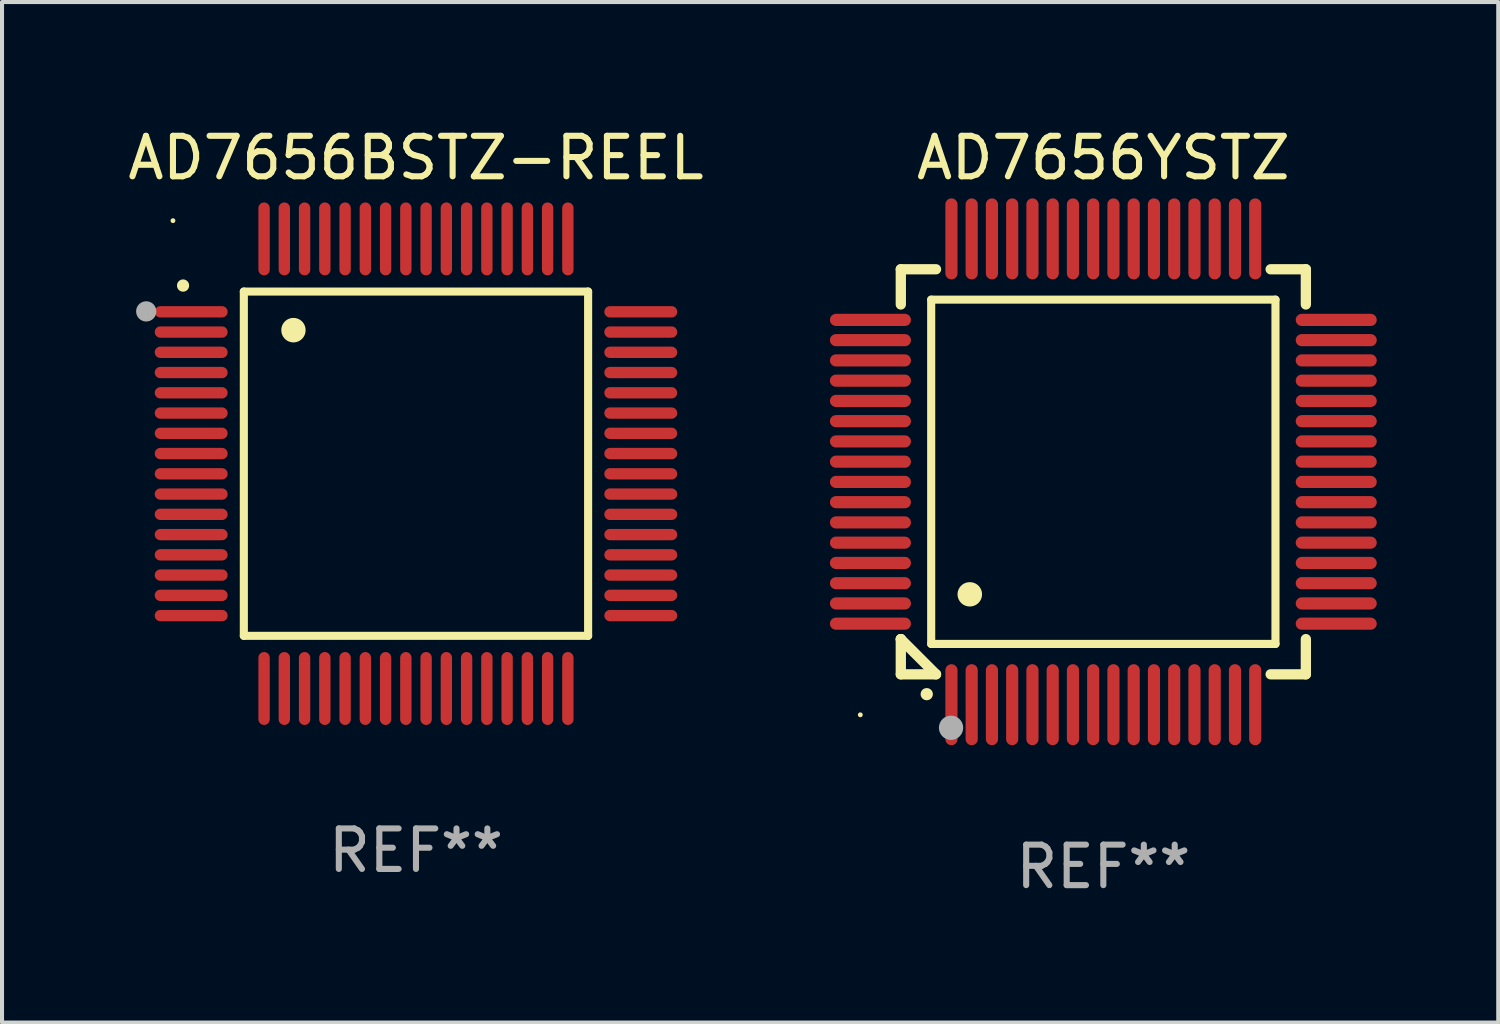
<source format=kicad_pcb>
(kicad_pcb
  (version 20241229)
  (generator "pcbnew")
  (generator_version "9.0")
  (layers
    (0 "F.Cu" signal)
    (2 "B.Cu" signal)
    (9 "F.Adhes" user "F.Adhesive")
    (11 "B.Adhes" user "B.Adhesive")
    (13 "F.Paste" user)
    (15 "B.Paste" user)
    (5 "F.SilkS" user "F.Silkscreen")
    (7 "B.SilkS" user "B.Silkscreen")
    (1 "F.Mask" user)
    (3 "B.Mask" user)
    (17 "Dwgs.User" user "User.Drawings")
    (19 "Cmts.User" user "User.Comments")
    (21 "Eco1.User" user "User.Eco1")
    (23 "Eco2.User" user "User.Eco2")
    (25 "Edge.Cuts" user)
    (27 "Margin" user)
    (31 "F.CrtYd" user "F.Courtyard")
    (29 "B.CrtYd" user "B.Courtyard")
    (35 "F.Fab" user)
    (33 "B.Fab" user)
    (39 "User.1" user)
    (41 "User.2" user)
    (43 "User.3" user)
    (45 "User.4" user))
  (footprint "AD7656YSTZ"
    (layer "F.Cu")
    (at 24.19 8.598)
    (property "Reference" "AD7656YSTZ" (at 0 -7.75 0) (layer "F.SilkS") (effects (font (size 1 1) (thickness 0.15))))
    (attr through_hole)
    (fp_line (start -5 -5) (end -4.131 -5) (stroke (width 0.254) (type solid)) (layer "F.SilkS"))
    (fp_line (start -5 -4.131) (end -5 -5) (stroke (width 0.254) (type solid)) (layer "F.SilkS"))
    (fp_line (start -5 4.131) (end -5 4.131) (stroke (width 0.254) (type solid)) (layer "F.SilkS"))
    (fp_line (start -5 5) (end -5 4.131) (stroke (width 0.254) (type solid)) (layer "F.SilkS"))
    (fp_line (start -5 4.131) (end -4.131 5) (stroke (width 0.254) (type solid)) (layer "F.SilkS"))
    (fp_line (start -4.25 -4.25) (end -4.25 4.25) (stroke (width 0.2) (type solid)) (layer "F.SilkS"))
    (fp_line (start -4.25 4.25) (end 4.25 4.25) (stroke (width 0.2) (type solid)) (layer "F.SilkS"))
    (fp_line (start -4.131 5) (end -5 5) (stroke (width 0.254) (type solid)) (layer "F.SilkS"))
    (fp_line (start 4.25 -4.25) (end -4.25 -4.25) (stroke (width 0.2) (type solid)) (layer "F.SilkS"))
    (fp_line (start 4.25 4.25) (end 4.25 -4.25) (stroke (width 0.2) (type solid)) (layer "F.SilkS"))
    (fp_line (start 5 -5) (end 4.131 -5) (stroke (width 0.254) (type solid)) (layer "F.SilkS"))
    (fp_line (start 5 -5) (end 5 -4.131) (stroke (width 0.254) (type solid)) (layer "F.SilkS"))
    (fp_line (start 5 4.131) (end 5 5) (stroke (width 0.254) (type solid)) (layer "F.SilkS"))
    (fp_line (start 5 5) (end 4.131 5) (stroke (width 0.254) (type solid)) (layer "F.SilkS"))
    (fp_arc (start -4.361265 5.489992) (mid -4.359995 5.489987) (end -4.358725 5.489992) (stroke (width 0.3) (type solid)) (layer "F.SilkS"))
    (fp_arc (start -3.299467 3.025146) (mid -3.296927 3.025135) (end -3.294387 3.025146) (stroke (width 0.6) (type solid)) (layer "F.SilkS"))
    (fp_circle (center -6 6) (end -5.97 6) (stroke (width 0.06) (type solid)) (fill no) (layer "F.SilkS"))
    (fp_circle (center -3.76 6.32) (end -3.61 6.32) (stroke (width 0.3) (type solid)) (fill no) (layer "F.Fab"))
    (fp_text user "REF**" (at 0 9.75 0) (layer "F.Fab") (effects (font (size 1 1) (thickness 0.15))))
    (pad "1" smd oval (at -3.75 5.75) (size 0.3 2) (layers "F.Cu" "F.Mask" "F.Paste"))
    (pad "2" smd oval (at -3.25 5.75) (size 0.3 2) (layers "F.Cu" "F.Mask" "F.Paste"))
    (pad "3" smd oval (at -2.75 5.75) (size 0.3 2) (layers "F.Cu" "F.Mask" "F.Paste"))
    (pad "4" smd oval (at -2.25 5.75) (size 0.3 2) (layers "F.Cu" "F.Mask" "F.Paste"))
    (pad "5" smd oval (at -1.75 5.75) (size 0.3 2) (layers "F.Cu" "F.Mask" "F.Paste"))
    (pad "6" smd oval (at -1.25 5.75) (size 0.3 2) (layers "F.Cu" "F.Mask" "F.Paste"))
    (pad "7" smd oval (at -0.75 5.75) (size 0.3 2) (layers "F.Cu" "F.Mask" "F.Paste"))
    (pad "8" smd oval (at -0.25 5.75) (size 0.3 2) (layers "F.Cu" "F.Mask" "F.Paste"))
    (pad "9" smd oval (at 0.25 5.75) (size 0.3 2) (layers "F.Cu" "F.Mask" "F.Paste"))
    (pad "10" smd oval (at 0.75 5.75) (size 0.3 2) (layers "F.Cu" "F.Mask" "F.Paste"))
    (pad "11" smd oval (at 1.25 5.75) (size 0.3 2) (layers "F.Cu" "F.Mask" "F.Paste"))
    (pad "12" smd oval (at 1.75 5.75) (size 0.3 2) (layers "F.Cu" "F.Mask" "F.Paste"))
    (pad "13" smd oval (at 2.25 5.75) (size 0.3 2) (layers "F.Cu" "F.Mask" "F.Paste"))
    (pad "14" smd oval (at 2.75 5.75) (size 0.3 2) (layers "F.Cu" "F.Mask" "F.Paste"))
    (pad "15" smd oval (at 3.25 5.75) (size 0.3 2) (layers "F.Cu" "F.Mask" "F.Paste"))
    (pad "16" smd oval (at 3.75 5.75) (size 0.3 2) (layers "F.Cu" "F.Mask" "F.Paste"))
    (pad "17" smd oval (at 5.75 3.75) (size 2 0.3) (layers "F.Cu" "F.Mask" "F.Paste"))
    (pad "18" smd oval (at 5.75 3.25) (size 2 0.3) (layers "F.Cu" "F.Mask" "F.Paste"))
    (pad "19" smd oval (at 5.75 2.75) (size 2 0.3) (layers "F.Cu" "F.Mask" "F.Paste"))
    (pad "20" smd oval (at 5.75 2.25) (size 2 0.3) (layers "F.Cu" "F.Mask" "F.Paste"))
    (pad "21" smd oval (at 5.75 1.75) (size 2 0.3) (layers "F.Cu" "F.Mask" "F.Paste"))
    (pad "22" smd oval (at 5.75 1.25) (size 2 0.3) (layers "F.Cu" "F.Mask" "F.Paste"))
    (pad "23" smd oval (at 5.75 0.75) (size 2 0.3) (layers "F.Cu" "F.Mask" "F.Paste"))
    (pad "24" smd oval (at 5.75 0.25) (size 2 0.3) (layers "F.Cu" "F.Mask" "F.Paste"))
    (pad "25" smd oval (at 5.75 -0.25) (size 2 0.3) (layers "F.Cu" "F.Mask" "F.Paste"))
    (pad "26" smd oval (at 5.75 -0.75) (size 2 0.3) (layers "F.Cu" "F.Mask" "F.Paste"))
    (pad "27" smd oval (at 5.75 -1.25) (size 2 0.3) (layers "F.Cu" "F.Mask" "F.Paste"))
    (pad "28" smd oval (at 5.75 -1.75) (size 2 0.3) (layers "F.Cu" "F.Mask" "F.Paste"))
    (pad "29" smd oval (at 5.75 -2.25) (size 2 0.3) (layers "F.Cu" "F.Mask" "F.Paste"))
    (pad "30" smd oval (at 5.75 -2.75) (size 2 0.3) (layers "F.Cu" "F.Mask" "F.Paste"))
    (pad "31" smd oval (at 5.75 -3.25) (size 2 0.3) (layers "F.Cu" "F.Mask" "F.Paste"))
    (pad "32" smd oval (at 5.75 -3.75) (size 2 0.3) (layers "F.Cu" "F.Mask" "F.Paste"))
    (pad "33" smd oval (at 3.75 -5.75) (size 0.3 2) (layers "F.Cu" "F.Mask" "F.Paste"))
    (pad "34" smd oval (at 3.25 -5.75) (size 0.3 2) (layers "F.Cu" "F.Mask" "F.Paste"))
    (pad "35" smd oval (at 2.75 -5.75) (size 0.3 2) (layers "F.Cu" "F.Mask" "F.Paste"))
    (pad "36" smd oval (at 2.25 -5.75) (size 0.3 2) (layers "F.Cu" "F.Mask" "F.Paste"))
    (pad "37" smd oval (at 1.75 -5.75) (size 0.3 2) (layers "F.Cu" "F.Mask" "F.Paste"))
    (pad "38" smd oval (at 1.25 -5.75) (size 0.3 2) (layers "F.Cu" "F.Mask" "F.Paste"))
    (pad "39" smd oval (at 0.75 -5.75) (size 0.3 2) (layers "F.Cu" "F.Mask" "F.Paste"))
    (pad "40" smd oval (at 0.25 -5.75) (size 0.3 2) (layers "F.Cu" "F.Mask" "F.Paste"))
    (pad "41" smd oval (at -0.25 -5.75) (size 0.3 2) (layers "F.Cu" "F.Mask" "F.Paste"))
    (pad "42" smd oval (at -0.75 -5.75) (size 0.3 2) (layers "F.Cu" "F.Mask" "F.Paste"))
    (pad "43" smd oval (at -1.25 -5.75) (size 0.3 2) (layers "F.Cu" "F.Mask" "F.Paste"))
    (pad "44" smd oval (at -1.75 -5.75) (size 0.3 2) (layers "F.Cu" "F.Mask" "F.Paste"))
    (pad "45" smd oval (at -2.25 -5.75) (size 0.3 2) (layers "F.Cu" "F.Mask" "F.Paste"))
    (pad "46" smd oval (at -2.75 -5.75) (size 0.3 2) (layers "F.Cu" "F.Mask" "F.Paste"))
    (pad "47" smd oval (at -3.25 -5.75) (size 0.3 2) (layers "F.Cu" "F.Mask" "F.Paste"))
    (pad "48" smd oval (at -3.75 -5.75) (size 0.3 2) (layers "F.Cu" "F.Mask" "F.Paste"))
    (pad "49" smd oval (at -5.75 -3.75) (size 2 0.3) (layers "F.Cu" "F.Mask" "F.Paste"))
    (pad "50" smd oval (at -5.75 -3.25) (size 2 0.3) (layers "F.Cu" "F.Mask" "F.Paste"))
    (pad "51" smd oval (at -5.75 -2.75) (size 2 0.3) (layers "F.Cu" "F.Mask" "F.Paste"))
    (pad "52" smd oval (at -5.75 -2.25) (size 2 0.3) (layers "F.Cu" "F.Mask" "F.Paste"))
    (pad "53" smd oval (at -5.75 -1.75) (size 2 0.3) (layers "F.Cu" "F.Mask" "F.Paste"))
    (pad "54" smd oval (at -5.75 -1.25) (size 2 0.3) (layers "F.Cu" "F.Mask" "F.Paste"))
    (pad "55" smd oval (at -5.75 -0.75) (size 2 0.3) (layers "F.Cu" "F.Mask" "F.Paste"))
    (pad "56" smd oval (at -5.75 -0.25) (size 2 0.3) (layers "F.Cu" "F.Mask" "F.Paste"))
    (pad "57" smd oval (at -5.75 0.25) (size 2 0.3) (layers "F.Cu" "F.Mask" "F.Paste"))
    (pad "58" smd oval (at -5.75 0.75) (size 2 0.3) (layers "F.Cu" "F.Mask" "F.Paste"))
    (pad "59" smd oval (at -5.75 1.25) (size 2 0.3) (layers "F.Cu" "F.Mask" "F.Paste"))
    (pad "60" smd oval (at -5.75 1.75) (size 2 0.3) (layers "F.Cu" "F.Mask" "F.Paste"))
    (pad "61" smd oval (at -5.75 2.25) (size 2 0.3) (layers "F.Cu" "F.Mask" "F.Paste"))
    (pad "62" smd oval (at -5.75 2.75) (size 2 0.3) (layers "F.Cu" "F.Mask" "F.Paste"))
    (pad "63" smd oval (at -5.75 3.25) (size 2 0.3) (layers "F.Cu" "F.Mask" "F.Paste"))
    (pad "64" smd oval (at -5.75 3.75) (size 2 0.3) (layers "F.Cu" "F.Mask" "F.Paste")))
  (footprint "AD7656BSTZ-REEL"
    (layer "F.Cu")
    (at 7.22 8.398)
    (property "Reference" "AD7656BSTZ-REEL" (at 0 -7.55 0) (layer "F.SilkS") (effects (font (size 1 1) (thickness 0.15))))
    (attr through_hole)
    (fp_line (start -4.25 -4.25) (end -4.25 4.25) (stroke (width 0.2) (type solid)) (layer "F.SilkS"))
    (fp_line (start -4.25 4.25) (end 4.25 4.25) (stroke (width 0.2) (type solid)) (layer "F.SilkS"))
    (fp_line (start 4.25 -4.25) (end -4.25 -4.25) (stroke (width 0.2) (type solid)) (layer "F.SilkS"))
    (fp_line (start 4.25 4.25) (end 4.25 -4.25) (stroke (width 0.2) (type solid)) (layer "F.SilkS"))
    (fp_arc (start -5.750572 -4.396749) (mid -5.750577 -4.398019) (end -5.750572 -4.399289) (stroke (width 0.3) (type solid)) (layer "F.SilkS"))
    (fp_arc (start -3.025146 -3.294387) (mid -3.025157 -3.296927) (end -3.025146 -3.299467) (stroke (width 0.6) (type solid)) (layer "F.SilkS"))
    (fp_circle (center -6 -6) (end -5.97 -6) (stroke (width 0.06) (type solid)) (fill no) (layer "F.SilkS"))
    (fp_circle (center -6.66 -3.76) (end -6.535 -3.76) (stroke (width 0.25) (type solid)) (fill no) (layer "F.Fab"))
    (fp_text user "REF**" (at 0 9.55 0) (layer "F.Fab") (effects (font (size 1 1) (thickness 0.15))))
    (pad "1" smd oval (at -5.55 -3.75) (size 1.8 0.28) (layers "F.Cu" "F.Mask" "F.Paste"))
    (pad "2" smd oval (at -5.55 -3.25) (size 1.8 0.28) (layers "F.Cu" "F.Mask" "F.Paste"))
    (pad "3" smd oval (at -5.55 -2.75) (size 1.8 0.28) (layers "F.Cu" "F.Mask" "F.Paste"))
    (pad "4" smd oval (at -5.55 -2.25) (size 1.8 0.28) (layers "F.Cu" "F.Mask" "F.Paste"))
    (pad "5" smd oval (at -5.55 -1.75) (size 1.8 0.28) (layers "F.Cu" "F.Mask" "F.Paste"))
    (pad "6" smd oval (at -5.55 -1.25) (size 1.8 0.28) (layers "F.Cu" "F.Mask" "F.Paste"))
    (pad "7" smd oval (at -5.55 -0.75) (size 1.8 0.28) (layers "F.Cu" "F.Mask" "F.Paste"))
    (pad "8" smd oval (at -5.55 -0.25) (size 1.8 0.28) (layers "F.Cu" "F.Mask" "F.Paste"))
    (pad "9" smd oval (at -5.55 0.25) (size 1.8 0.28) (layers "F.Cu" "F.Mask" "F.Paste"))
    (pad "10" smd oval (at -5.55 0.75) (size 1.8 0.28) (layers "F.Cu" "F.Mask" "F.Paste"))
    (pad "11" smd oval (at -5.55 1.25) (size 1.8 0.28) (layers "F.Cu" "F.Mask" "F.Paste"))
    (pad "12" smd oval (at -5.55 1.75) (size 1.8 0.28) (layers "F.Cu" "F.Mask" "F.Paste"))
    (pad "13" smd oval (at -5.55 2.25) (size 1.8 0.28) (layers "F.Cu" "F.Mask" "F.Paste"))
    (pad "14" smd oval (at -5.55 2.75) (size 1.8 0.28) (layers "F.Cu" "F.Mask" "F.Paste"))
    (pad "15" smd oval (at -5.55 3.25) (size 1.8 0.28) (layers "F.Cu" "F.Mask" "F.Paste"))
    (pad "16" smd oval (at -5.55 3.75) (size 1.8 0.28) (layers "F.Cu" "F.Mask" "F.Paste"))
    (pad "17" smd oval (at -3.75 5.55) (size 0.28 1.8) (layers "F.Cu" "F.Mask" "F.Paste"))
    (pad "18" smd oval (at -3.25 5.55) (size 0.28 1.8) (layers "F.Cu" "F.Mask" "F.Paste"))
    (pad "19" smd oval (at -2.75 5.55) (size 0.28 1.8) (layers "F.Cu" "F.Mask" "F.Paste"))
    (pad "20" smd oval (at -2.25 5.55) (size 0.28 1.8) (layers "F.Cu" "F.Mask" "F.Paste"))
    (pad "21" smd oval (at -1.75 5.55) (size 0.28 1.8) (layers "F.Cu" "F.Mask" "F.Paste"))
    (pad "22" smd oval (at -1.25 5.55) (size 0.28 1.8) (layers "F.Cu" "F.Mask" "F.Paste"))
    (pad "23" smd oval (at -0.75 5.55) (size 0.28 1.8) (layers "F.Cu" "F.Mask" "F.Paste"))
    (pad "24" smd oval (at -0.25 5.55) (size 0.28 1.8) (layers "F.Cu" "F.Mask" "F.Paste"))
    (pad "25" smd oval (at 0.25 5.55) (size 0.28 1.8) (layers "F.Cu" "F.Mask" "F.Paste"))
    (pad "26" smd oval (at 0.75 5.55) (size 0.28 1.8) (layers "F.Cu" "F.Mask" "F.Paste"))
    (pad "27" smd oval (at 1.25 5.55) (size 0.28 1.8) (layers "F.Cu" "F.Mask" "F.Paste"))
    (pad "28" smd oval (at 1.75 5.55) (size 0.28 1.8) (layers "F.Cu" "F.Mask" "F.Paste"))
    (pad "29" smd oval (at 2.25 5.55) (size 0.28 1.8) (layers "F.Cu" "F.Mask" "F.Paste"))
    (pad "30" smd oval (at 2.75 5.55) (size 0.28 1.8) (layers "F.Cu" "F.Mask" "F.Paste"))
    (pad "31" smd oval (at 3.25 5.55) (size 0.28 1.8) (layers "F.Cu" "F.Mask" "F.Paste"))
    (pad "32" smd oval (at 3.75 5.55) (size 0.28 1.8) (layers "F.Cu" "F.Mask" "F.Paste"))
    (pad "33" smd oval (at 5.55 3.75) (size 1.8 0.28) (layers "F.Cu" "F.Mask" "F.Paste"))
    (pad "34" smd oval (at 5.55 3.25) (size 1.8 0.28) (layers "F.Cu" "F.Mask" "F.Paste"))
    (pad "35" smd oval (at 5.55 2.75) (size 1.8 0.28) (layers "F.Cu" "F.Mask" "F.Paste"))
    (pad "36" smd oval (at 5.55 2.25) (size 1.8 0.28) (layers "F.Cu" "F.Mask" "F.Paste"))
    (pad "37" smd oval (at 5.55 1.75) (size 1.8 0.28) (layers "F.Cu" "F.Mask" "F.Paste"))
    (pad "38" smd oval (at 5.55 1.25) (size 1.8 0.28) (layers "F.Cu" "F.Mask" "F.Paste"))
    (pad "39" smd oval (at 5.55 0.75) (size 1.8 0.28) (layers "F.Cu" "F.Mask" "F.Paste"))
    (pad "40" smd oval (at 5.55 0.25) (size 1.8 0.28) (layers "F.Cu" "F.Mask" "F.Paste"))
    (pad "41" smd oval (at 5.55 -0.25) (size 1.8 0.28) (layers "F.Cu" "F.Mask" "F.Paste"))
    (pad "42" smd oval (at 5.55 -0.75) (size 1.8 0.28) (layers "F.Cu" "F.Mask" "F.Paste"))
    (pad "43" smd oval (at 5.55 -1.25) (size 1.8 0.28) (layers "F.Cu" "F.Mask" "F.Paste"))
    (pad "44" smd oval (at 5.55 -1.75) (size 1.8 0.28) (layers "F.Cu" "F.Mask" "F.Paste"))
    (pad "45" smd oval (at 5.55 -2.25) (size 1.8 0.28) (layers "F.Cu" "F.Mask" "F.Paste"))
    (pad "46" smd oval (at 5.55 -2.75) (size 1.8 0.28) (layers "F.Cu" "F.Mask" "F.Paste"))
    (pad "47" smd oval (at 5.55 -3.25) (size 1.8 0.28) (layers "F.Cu" "F.Mask" "F.Paste"))
    (pad "48" smd oval (at 5.55 -3.75) (size 1.8 0.28) (layers "F.Cu" "F.Mask" "F.Paste"))
    (pad "49" smd oval (at 3.75 -5.55) (size 0.28 1.8) (layers "F.Cu" "F.Mask" "F.Paste"))
    (pad "50" smd oval (at 3.25 -5.55) (size 0.28 1.8) (layers "F.Cu" "F.Mask" "F.Paste"))
    (pad "51" smd oval (at 2.75 -5.55) (size 0.28 1.8) (layers "F.Cu" "F.Mask" "F.Paste"))
    (pad "52" smd oval (at 2.25 -5.55) (size 0.28 1.8) (layers "F.Cu" "F.Mask" "F.Paste"))
    (pad "53" smd oval (at 1.75 -5.55) (size 0.28 1.8) (layers "F.Cu" "F.Mask" "F.Paste"))
    (pad "54" smd oval (at 1.25 -5.55) (size 0.28 1.8) (layers "F.Cu" "F.Mask" "F.Paste"))
    (pad "55" smd oval (at 0.75 -5.55) (size 0.28 1.8) (layers "F.Cu" "F.Mask" "F.Paste"))
    (pad "56" smd oval (at 0.25 -5.55) (size 0.28 1.8) (layers "F.Cu" "F.Mask" "F.Paste"))
    (pad "57" smd oval (at -0.25 -5.55) (size 0.28 1.8) (layers "F.Cu" "F.Mask" "F.Paste"))
    (pad "58" smd oval (at -0.75 -5.55) (size 0.28 1.8) (layers "F.Cu" "F.Mask" "F.Paste"))
    (pad "59" smd oval (at -1.25 -5.55) (size 0.28 1.8) (layers "F.Cu" "F.Mask" "F.Paste"))
    (pad "60" smd oval (at -1.75 -5.55) (size 0.28 1.8) (layers "F.Cu" "F.Mask" "F.Paste"))
    (pad "61" smd oval (at -2.25 -5.55) (size 0.28 1.8) (layers "F.Cu" "F.Mask" "F.Paste"))
    (pad "62" smd oval (at -2.75 -5.55) (size 0.28 1.8) (layers "F.Cu" "F.Mask" "F.Paste"))
    (pad "63" smd oval (at -3.25 -5.55) (size 0.28 1.8) (layers "F.Cu" "F.Mask" "F.Paste"))
    (pad "64" smd oval (at -3.75 -5.55) (size 0.28 1.8) (layers "F.Cu" "F.Mask" "F.Paste")))
  (gr_rect
    (start -3 -3)
    (end 33.94 22.196)
    (stroke (width 0.1) (type default))
    (fill no)
    (layer "Edge.Cuts")))
</source>
